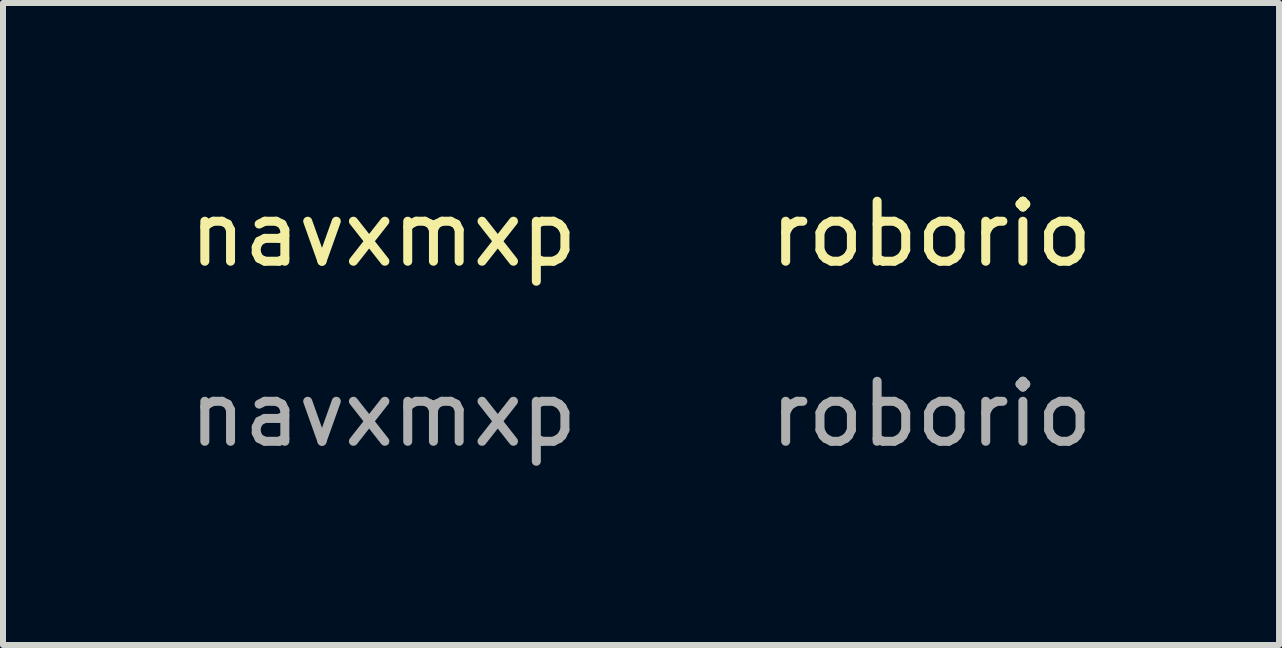
<source format=kicad_pcb>
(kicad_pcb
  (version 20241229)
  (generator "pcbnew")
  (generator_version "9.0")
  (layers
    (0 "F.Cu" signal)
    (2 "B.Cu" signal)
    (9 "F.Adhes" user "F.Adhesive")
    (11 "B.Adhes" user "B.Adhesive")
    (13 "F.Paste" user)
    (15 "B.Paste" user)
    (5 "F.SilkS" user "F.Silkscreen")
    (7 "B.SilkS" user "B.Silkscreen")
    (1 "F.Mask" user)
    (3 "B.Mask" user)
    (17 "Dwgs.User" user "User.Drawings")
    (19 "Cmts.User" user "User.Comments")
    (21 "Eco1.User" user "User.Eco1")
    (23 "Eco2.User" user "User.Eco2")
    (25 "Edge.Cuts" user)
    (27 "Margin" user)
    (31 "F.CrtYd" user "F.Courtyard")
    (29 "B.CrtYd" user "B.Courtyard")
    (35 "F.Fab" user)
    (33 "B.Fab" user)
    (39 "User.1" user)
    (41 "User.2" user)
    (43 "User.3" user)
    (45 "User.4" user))
  (footprint "navxmxp"
    (layer "F.Cu")
    (at 3.339 1.348)
    (property "Reference" "navxmxp" (at 0 -0.5 0) (unlocked yes) (layer "F.SilkS") (effects (font (size 1 1) (thickness 0.15))))
    (fp_text user "${REFERENCE}" (at 0 2.5 0) (unlocked yes) (layer "F.Fab") (effects (font (size 1 1) (thickness 0.15)))))
  (footprint "roborio"
    (layer "F.Cu")
    (at 12.47 1.348)
    (property "Reference" "roborio" (at 0 -0.5 0) (unlocked yes) (layer "F.SilkS") (effects (font (size 1 1) (thickness 0.15))))
    (fp_text user "${REFERENCE}" (at 0 2.5 0) (unlocked yes) (layer "F.Fab") (effects (font (size 1 1) (thickness 0.15)))))
  (gr_rect
    (start -3 -3)
    (end 18.262 7.697)
    (stroke (width 0.1) (type default))
    (fill no)
    (layer "Edge.Cuts")))
</source>
